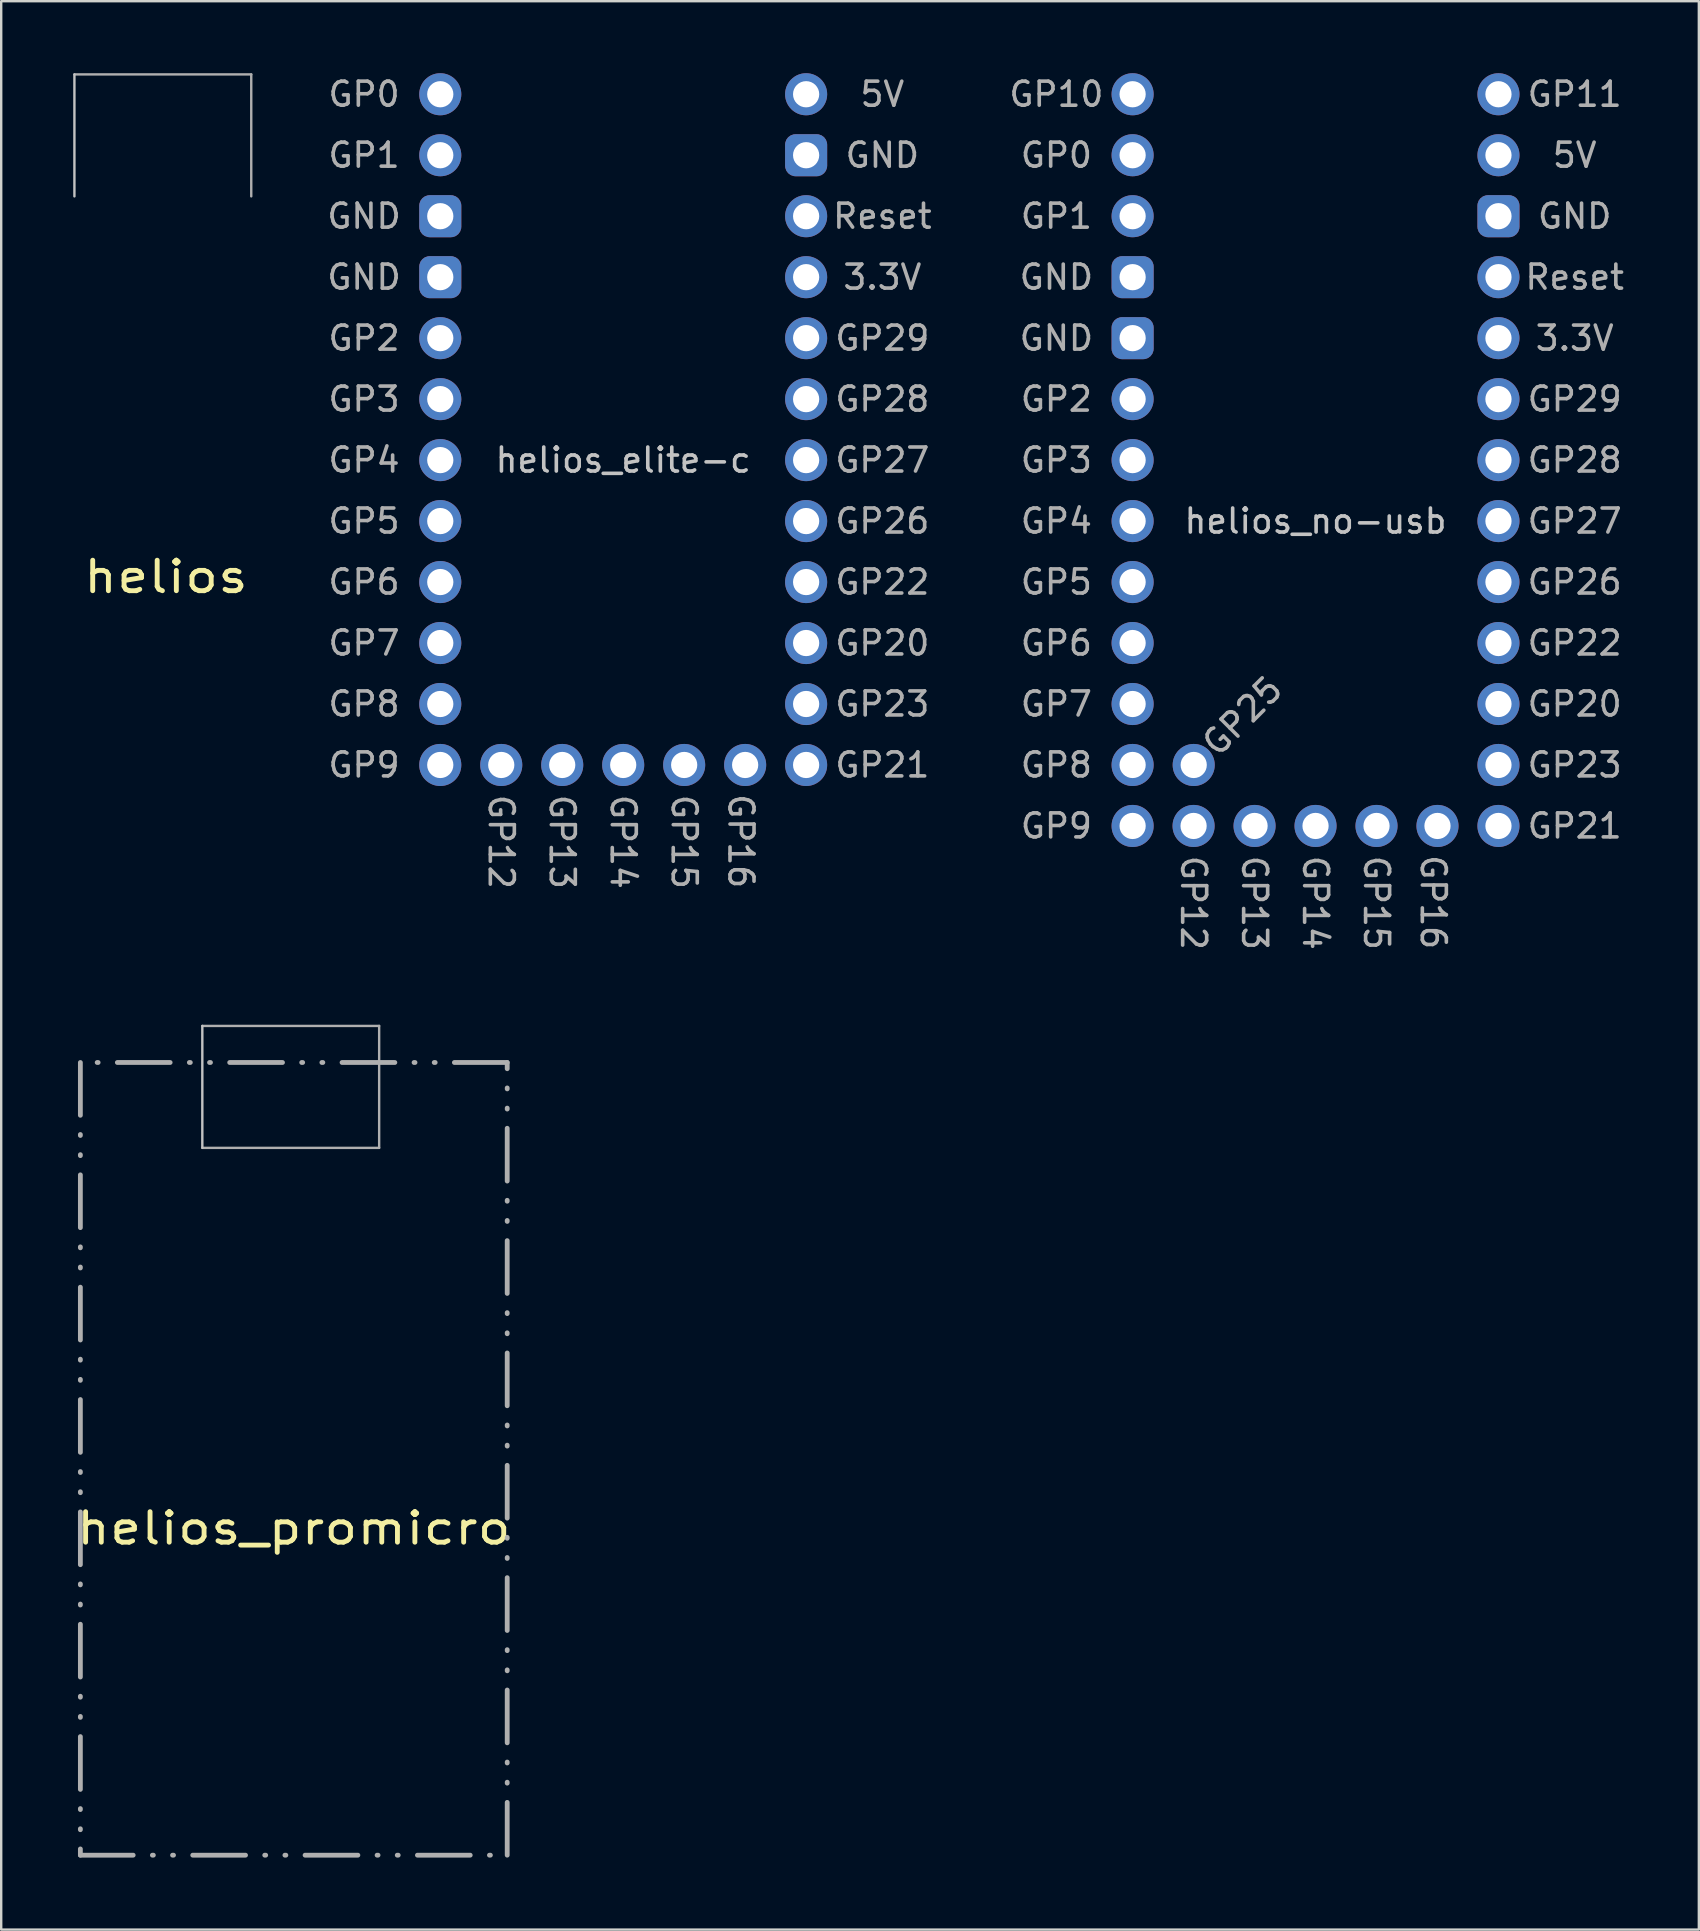
<source format=kicad_pcb>
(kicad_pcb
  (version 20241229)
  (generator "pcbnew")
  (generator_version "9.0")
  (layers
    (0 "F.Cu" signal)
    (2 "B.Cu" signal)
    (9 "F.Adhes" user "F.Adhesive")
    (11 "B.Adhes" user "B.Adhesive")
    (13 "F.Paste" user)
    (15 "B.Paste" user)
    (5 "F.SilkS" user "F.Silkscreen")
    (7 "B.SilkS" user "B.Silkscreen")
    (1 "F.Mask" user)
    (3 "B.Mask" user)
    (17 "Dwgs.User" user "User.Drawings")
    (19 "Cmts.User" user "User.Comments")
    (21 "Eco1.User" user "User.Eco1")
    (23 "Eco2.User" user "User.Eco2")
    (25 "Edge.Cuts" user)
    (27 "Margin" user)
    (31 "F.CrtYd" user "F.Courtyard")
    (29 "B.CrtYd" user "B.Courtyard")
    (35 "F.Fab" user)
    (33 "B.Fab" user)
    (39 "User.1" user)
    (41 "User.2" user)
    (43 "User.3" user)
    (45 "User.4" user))
  (footprint "helios_no-usb"
    (layer "F.Cu")
    (at 51.75 17.386)
    (property "Reference" "helios_no-usb" (at 0 1.27 0) (layer "Dwgs.User") (effects (font (size 1 1) (thickness 0.15))))
    (fp_text user "GP12" (at -5.08 17.171 270) (unlocked yes) (layer "F.Fab") (effects (font (size 1 1) (thickness 0.15))))
    (fp_text user "GP13" (at -2.54 17.171 270) (unlocked yes) (layer "F.Fab") (effects (font (size 1 1) (thickness 0.15))))
    (fp_text user "GP3" (at -10.795 -1.27 0) (unlocked yes) (layer "F.Fab") (effects (font (size 1 1) (thickness 0.15))))
    (fp_text user "GP2" (at -10.795 -3.81 0) (unlocked yes) (layer "F.Fab") (effects (font (size 1 1) (thickness 0.15))))
    (fp_text user "GP22" (at 10.795 6.35 0) (unlocked yes) (layer "F.Fab") (effects (font (size 1 1) (thickness 0.15))))
    (fp_text user "GP8" (at -10.795 11.43 0) (unlocked yes) (layer "F.Fab") (effects (font (size 1 1) (thickness 0.15))))
    (fp_text user "GP26" (at 10.795 3.81 0) (unlocked yes) (layer "F.Fab") (effects (font (size 1 1) (thickness 0.15))))
    (fp_text user "GP21" (at 10.795 13.97 0) (unlocked yes) (layer "F.Fab") (effects (font (size 1 1) (thickness 0.15))))
    (fp_text user "5V" (at 10.795 -13.97 0) (unlocked yes) (layer "F.Fab") (effects (font (size 1 1) (thickness 0.15))))
    (fp_text user "GP14" (at 0 17.171 270) (unlocked yes) (layer "F.Fab") (effects (font (size 1 1) (thickness 0.15))))
    (fp_text user "3.3V" (at 10.795 -6.35 0) (unlocked yes) (layer "F.Fab") (effects (font (size 1 1) (thickness 0.15))))
    (fp_text user "GP10" (at -10.795 -16.51 0) (unlocked yes) (layer "F.Fab") (effects (font (size 1 1) (thickness 0.15))))
    (fp_text user "GP23" (at 10.795 11.43 0) (unlocked yes) (layer "F.Fab") (effects (font (size 1 1) (thickness 0.15))))
    (fp_text user "GP7" (at -10.795 8.89 0) (unlocked yes) (layer "F.Fab") (effects (font (size 1 1) (thickness 0.15))))
    (fp_text user "GP15" (at 2.54 17.171 270) (unlocked yes) (layer "F.Fab") (effects (font (size 1 1) (thickness 0.15))))
    (fp_text user "GP0" (at -10.795 -13.97 0) (unlocked yes) (layer "F.Fab") (effects (font (size 1 1) (thickness 0.15))))
    (fp_text user "GP6" (at -10.795 6.35 0) (unlocked yes) (layer "F.Fab") (effects (font (size 1 1) (thickness 0.15))))
    (fp_text user "Reset" (at 10.795 -8.89 0) (unlocked yes) (layer "F.Fab") (effects (font (size 1 1) (thickness 0.15))))
    (fp_text user "GP29" (at 10.795 -3.81 0) (unlocked yes) (layer "F.Fab") (effects (font (size 1 1) (thickness 0.15))))
    (fp_text user "GP27" (at 10.795 1.27 0) (unlocked yes) (layer "F.Fab") (effects (font (size 1 1) (thickness 0.15))))
    (fp_text user "GP5" (at -10.795 3.81 0) (unlocked yes) (layer "F.Fab") (effects (font (size 1 1) (thickness 0.15))))
    (fp_text user "GP4" (at -10.795 1.27 0) (unlocked yes) (layer "F.Fab") (effects (font (size 1 1) (thickness 0.15))))
    (fp_text user "GP25" (at -3.048 9.398 45) (unlocked yes) (layer "F.Fab") (effects (font (size 1 1) (thickness 0.15))))
    (fp_text user "GND" (at -10.795 -8.89 0) (unlocked yes) (layer "F.Fab") (effects (font (size 1 1) (thickness 0.15))))
    (fp_text user "GND" (at -10.795 -6.35 0) (unlocked yes) (layer "F.Fab") (effects (font (size 1 1) (thickness 0.15))))
    (fp_text user "GP20" (at 10.795 8.89 0) (unlocked yes) (layer "F.Fab") (effects (font (size 1 1) (thickness 0.15))))
    (fp_text user "GP1" (at -10.795 -11.43 0) (unlocked yes) (layer "F.Fab") (effects (font (size 1 1) (thickness 0.15))))
    (fp_text user "GP16" (at 4.904 17.145 270) (unlocked yes) (layer "F.Fab") (effects (font (size 1 1) (thickness 0.15))))
    (fp_text user "GP28" (at 10.795 -1.27 0) (unlocked yes) (layer "F.Fab") (effects (font (size 1 1) (thickness 0.15))))
    (fp_text user "GND" (at 10.795 -11.43 0) (unlocked yes) (layer "F.Fab") (effects (font (size 1 1) (thickness 0.15))))
    (fp_text user "GP11" (at 10.795 -16.51 0) (unlocked yes) (layer "F.Fab") (effects (font (size 1 1) (thickness 0.15))))
    (fp_text user "GP9" (at -10.795 13.97 0) (unlocked yes) (layer "F.Fab") (effects (font (size 1 1) (thickness 0.15))))
    (pad "1" thru_hole circle (at -7.62 -16.51 270) (size 1.753 1.753) (drill 1.092) (layers "*.Cu" "*.Mask"))
    (pad "2" thru_hole circle (at -7.62 -13.97 270) (size 1.753 1.753) (drill 1.092) (layers "*.Cu" "*.Mask"))
    (pad "3" thru_hole circle (at -7.62 -11.43 270) (size 1.753 1.753) (drill 1.092) (layers "*.Cu" "*.Mask"))
    (pad "4" thru_hole roundrect (at -7.62 -8.89 270) (size 1.753 1.753) (drill 1.092) (layers "*.Cu" "*.Mask") (roundrect_rratio 0.25))
    (pad "5" thru_hole roundrect (at -7.62 -6.35 270) (size 1.753 1.753) (drill 1.092) (layers "*.Cu" "*.Mask") (roundrect_rratio 0.25))
    (pad "6" thru_hole circle (at -7.62 -3.81 270) (size 1.753 1.753) (drill 1.092) (layers "*.Cu" "*.Mask"))
    (pad "7" thru_hole circle (at -7.62 -1.27 270) (size 1.753 1.753) (drill 1.092) (layers "*.Cu" "*.Mask"))
    (pad "8" thru_hole circle (at -7.62 1.27 270) (size 1.753 1.753) (drill 1.092) (layers "*.Cu" "*.Mask"))
    (pad "9" thru_hole circle (at -7.62 3.81 270) (size 1.753 1.753) (drill 1.092) (layers "*.Cu" "*.Mask"))
    (pad "10" thru_hole circle (at -7.62 6.35 270) (size 1.753 1.753) (drill 1.092) (layers "*.Cu" "*.Mask"))
    (pad "11" thru_hole circle (at -7.62 8.89 270) (size 1.753 1.753) (drill 1.092) (layers "*.Cu" "*.Mask"))
    (pad "12" thru_hole circle (at -7.62 11.43 270) (size 1.753 1.753) (drill 1.092) (layers "*.Cu" "*.Mask"))
    (pad "13" thru_hole circle (at -7.62 13.97 270) (size 1.753 1.753) (drill 1.092) (layers "*.Cu" "*.Mask"))
    (pad "14" thru_hole circle (at -5.08 13.97 270) (size 1.753 1.753) (drill 1.092) (layers "*.Cu" "*.Mask"))
    (pad "15" thru_hole circle (at -2.54 13.97 270) (size 1.753 1.753) (drill 1.092) (layers "*.Cu" "*.Mask"))
    (pad "16" thru_hole circle (at 0 13.97 270) (size 1.753 1.753) (drill 1.092) (layers "*.Cu" "*.Mask"))
    (pad "17" thru_hole circle (at 2.54 13.97 270) (size 1.753 1.753) (drill 1.092) (layers "*.Cu" "*.Mask"))
    (pad "18" thru_hole circle (at 5.08 13.97 270) (size 1.753 1.753) (drill 1.092) (layers "*.Cu" "*.Mask"))
    (pad "19" thru_hole circle (at 7.62 13.97 270) (size 1.753 1.753) (drill 1.092) (layers "*.Cu" "*.Mask"))
    (pad "20" thru_hole circle (at 7.62 11.43 270) (size 1.753 1.753) (drill 1.092) (layers "*.Cu" "*.Mask"))
    (pad "21" thru_hole circle (at 7.62 8.89 270) (size 1.753 1.753) (drill 1.092) (layers "*.Cu" "*.Mask"))
    (pad "22" thru_hole circle (at 7.62 6.35 270) (size 1.753 1.753) (drill 1.092) (layers "*.Cu" "*.Mask"))
    (pad "23" thru_hole circle (at 7.62 3.81 270) (size 1.753 1.753) (drill 1.092) (layers "*.Cu" "*.Mask"))
    (pad "24" thru_hole circle (at 7.62 1.27 270) (size 1.753 1.753) (drill 1.092) (layers "*.Cu" "*.Mask"))
    (pad "25" thru_hole circle (at 7.62 -1.27 270) (size 1.753 1.753) (drill 1.092) (layers "*.Cu" "*.Mask"))
    (pad "26" thru_hole circle (at 7.62 -3.81 270) (size 1.753 1.753) (drill 1.092) (layers "*.Cu" "*.Mask"))
    (pad "27" thru_hole circle (at 7.62 -6.35 270) (size 1.753 1.753) (drill 1.092) (layers "*.Cu" "*.Mask"))
    (pad "28" thru_hole circle (at 7.62 -8.89 270) (size 1.753 1.753) (drill 1.092) (layers "*.Cu" "*.Mask"))
    (pad "29" thru_hole roundrect (at 7.62 -11.43 270) (size 1.753 1.753) (drill 1.092) (layers "*.Cu" "*.Mask") (roundrect_rratio 0.25))
    (pad "30" thru_hole circle (at 7.62 -13.97 270) (size 1.753 1.753) (drill 1.092) (layers "*.Cu" "*.Mask"))
    (pad "31" thru_hole circle (at 7.62 -16.51 270) (size 1.753 1.753) (drill 1.092) (layers "*.Cu" "*.Mask"))
    (pad "32" thru_hole circle (at -5.075 11.43 270) (size 1.753 1.753) (drill 1.092) (layers "*.Cu" "*.Mask")))
  (footprint "helios_elite-c"
    (layer "F.Cu")
    (at 22.91 14.846)
    (property "Reference" "helios_elite-c" (at 0 1.27 0) (layer "Dwgs.User") (effects (font (size 1 1) (thickness 0.15))))
    (fp_text user "GP15" (at 2.54 17.171 270) (unlocked yes) (layer "F.Fab") (effects (font (size 1 1) (thickness 0.15))))
    (fp_text user "GP6" (at -10.795 6.35 0) (unlocked yes) (layer "F.Fab") (effects (font (size 1 1) (thickness 0.15))))
    (fp_text user "GP5" (at -10.795 3.81 0) (unlocked yes) (layer "F.Fab") (effects (font (size 1 1) (thickness 0.15))))
    (fp_text user "GP13" (at -2.54 17.171 270) (unlocked yes) (layer "F.Fab") (effects (font (size 1 1) (thickness 0.15))))
    (fp_text user "GP20" (at 10.795 8.89 0) (unlocked yes) (layer "F.Fab") (effects (font (size 1 1) (thickness 0.15))))
    (fp_text user "GP1" (at -10.795 -11.43 0) (unlocked yes) (layer "F.Fab") (effects (font (size 1 1) (thickness 0.15))))
    (fp_text user "GP22" (at 10.795 6.35 0) (unlocked yes) (layer "F.Fab") (effects (font (size 1 1) (thickness 0.15))))
    (fp_text user "GP21" (at 10.795 13.97 0) (unlocked yes) (layer "F.Fab") (effects (font (size 1 1) (thickness 0.15))))
    (fp_text user "GP27" (at 10.795 1.27 0) (unlocked yes) (layer "F.Fab") (effects (font (size 1 1) (thickness 0.15))))
    (fp_text user "GND" (at 10.795 -11.43 0) (unlocked yes) (layer "F.Fab") (effects (font (size 1 1) (thickness 0.15))))
    (fp_text user "GP9" (at -10.795 13.97 0) (unlocked yes) (layer "F.Fab") (effects (font (size 1 1) (thickness 0.15))))
    (fp_text user "GP0" (at -10.795 -13.97 0) (unlocked yes) (layer "F.Fab") (effects (font (size 1 1) (thickness 0.15))))
    (fp_text user "GP16" (at 4.904 17.145 270) (unlocked yes) (layer "F.Fab") (effects (font (size 1 1) (thickness 0.15))))
    (fp_text user "3.3V" (at 10.795 -6.35 0) (unlocked yes) (layer "F.Fab") (effects (font (size 1 1) (thickness 0.15))))
    (fp_text user "GP26" (at 10.795 3.81 0) (unlocked yes) (layer "F.Fab") (effects (font (size 1 1) (thickness 0.15))))
    (fp_text user "GP29" (at 10.795 -3.81 0) (unlocked yes) (layer "F.Fab") (effects (font (size 1 1) (thickness 0.15))))
    (fp_text user "GP23" (at 10.795 11.43 0) (unlocked yes) (layer "F.Fab") (effects (font (size 1 1) (thickness 0.15))))
    (fp_text user "GP14" (at 0 17.171 270) (unlocked yes) (layer "F.Fab") (effects (font (size 1 1) (thickness 0.15))))
    (fp_text user "GND" (at -10.795 -8.89 0) (unlocked yes) (layer "F.Fab") (effects (font (size 1 1) (thickness 0.15))))
    (fp_text user "Reset" (at 10.795 -8.89 0) (unlocked yes) (layer "F.Fab") (effects (font (size 1 1) (thickness 0.15))))
    (fp_text user "GP2" (at -10.795 -3.81 0) (unlocked yes) (layer "F.Fab") (effects (font (size 1 1) (thickness 0.15))))
    (fp_text user "GP3" (at -10.795 -1.27 0) (unlocked yes) (layer "F.Fab") (effects (font (size 1 1) (thickness 0.15))))
    (fp_text user "5V" (at 10.795 -13.97 0) (unlocked yes) (layer "F.Fab") (effects (font (size 1 1) (thickness 0.15))))
    (fp_text user "GP4" (at -10.795 1.27 0) (unlocked yes) (layer "F.Fab") (effects (font (size 1 1) (thickness 0.15))))
    (fp_text user "GP8" (at -10.795 11.43 0) (unlocked yes) (layer "F.Fab") (effects (font (size 1 1) (thickness 0.15))))
    (fp_text user "GP12" (at -5.08 17.171 270) (unlocked yes) (layer "F.Fab") (effects (font (size 1 1) (thickness 0.15))))
    (fp_text user "GND" (at -10.795 -6.35 0) (unlocked yes) (layer "F.Fab") (effects (font (size 1 1) (thickness 0.15))))
    (fp_text user "GP7" (at -10.795 8.89 0) (unlocked yes) (layer "F.Fab") (effects (font (size 1 1) (thickness 0.15))))
    (fp_text user "GP28" (at 10.795 -1.27 0) (unlocked yes) (layer "F.Fab") (effects (font (size 1 1) (thickness 0.15))))
    (pad "2" thru_hole circle (at -7.62 -13.97 270) (size 1.753 1.753) (drill 1.092) (layers "*.Cu" "*.Mask"))
    (pad "3" thru_hole circle (at -7.62 -11.43 270) (size 1.753 1.753) (drill 1.092) (layers "*.Cu" "*.Mask"))
    (pad "4" thru_hole roundrect (at -7.62 -8.89 270) (size 1.753 1.753) (drill 1.092) (layers "*.Cu" "*.Mask") (roundrect_rratio 0.25))
    (pad "5" thru_hole roundrect (at -7.62 -6.35 270) (size 1.753 1.753) (drill 1.092) (layers "*.Cu" "*.Mask") (roundrect_rratio 0.25))
    (pad "6" thru_hole circle (at -7.62 -3.81 270) (size 1.753 1.753) (drill 1.092) (layers "*.Cu" "*.Mask"))
    (pad "7" thru_hole circle (at -7.62 -1.27 270) (size 1.753 1.753) (drill 1.092) (layers "*.Cu" "*.Mask"))
    (pad "8" thru_hole circle (at -7.62 1.27 270) (size 1.753 1.753) (drill 1.092) (layers "*.Cu" "*.Mask"))
    (pad "9" thru_hole circle (at -7.62 3.81 270) (size 1.753 1.753) (drill 1.092) (layers "*.Cu" "*.Mask"))
    (pad "10" thru_hole circle (at -7.62 6.35 270) (size 1.753 1.753) (drill 1.092) (layers "*.Cu" "*.Mask"))
    (pad "11" thru_hole circle (at -7.62 8.89 270) (size 1.753 1.753) (drill 1.092) (layers "*.Cu" "*.Mask"))
    (pad "12" thru_hole circle (at -7.62 11.43 270) (size 1.753 1.753) (drill 1.092) (layers "*.Cu" "*.Mask"))
    (pad "13" thru_hole circle (at -7.62 13.97 270) (size 1.753 1.753) (drill 1.092) (layers "*.Cu" "*.Mask"))
    (pad "14" thru_hole circle (at -5.08 13.97 270) (size 1.753 1.753) (drill 1.092) (layers "*.Cu" "*.Mask"))
    (pad "15" thru_hole circle (at -2.54 13.97 270) (size 1.753 1.753) (drill 1.092) (layers "*.Cu" "*.Mask"))
    (pad "16" thru_hole circle (at 0 13.97 270) (size 1.753 1.753) (drill 1.092) (layers "*.Cu" "*.Mask"))
    (pad "17" thru_hole circle (at 2.54 13.97 270) (size 1.753 1.753) (drill 1.092) (layers "*.Cu" "*.Mask"))
    (pad "18" thru_hole circle (at 5.08 13.97 270) (size 1.753 1.753) (drill 1.092) (layers "*.Cu" "*.Mask"))
    (pad "19" thru_hole circle (at 7.62 13.97 270) (size 1.753 1.753) (drill 1.092) (layers "*.Cu" "*.Mask"))
    (pad "20" thru_hole circle (at 7.62 11.43 270) (size 1.753 1.753) (drill 1.092) (layers "*.Cu" "*.Mask"))
    (pad "21" thru_hole circle (at 7.62 8.89 270) (size 1.753 1.753) (drill 1.092) (layers "*.Cu" "*.Mask"))
    (pad "22" thru_hole circle (at 7.62 6.35 270) (size 1.753 1.753) (drill 1.092) (layers "*.Cu" "*.Mask"))
    (pad "23" thru_hole circle (at 7.62 3.81 270) (size 1.753 1.753) (drill 1.092) (layers "*.Cu" "*.Mask"))
    (pad "24" thru_hole circle (at 7.62 1.27 270) (size 1.753 1.753) (drill 1.092) (layers "*.Cu" "*.Mask"))
    (pad "25" thru_hole circle (at 7.62 -1.27 270) (size 1.753 1.753) (drill 1.092) (layers "*.Cu" "*.Mask"))
    (pad "26" thru_hole circle (at 7.62 -3.81 270) (size 1.753 1.753) (drill 1.092) (layers "*.Cu" "*.Mask"))
    (pad "27" thru_hole circle (at 7.62 -6.35 270) (size 1.753 1.753) (drill 1.092) (layers "*.Cu" "*.Mask"))
    (pad "28" thru_hole circle (at 7.62 -8.89 270) (size 1.753 1.753) (drill 1.092) (layers "*.Cu" "*.Mask"))
    (pad "29" thru_hole roundrect (at 7.62 -11.43 270) (size 1.753 1.753) (drill 1.092) (layers "*.Cu" "*.Mask") (roundrect_rratio 0.25))
    (pad "30" thru_hole circle (at 7.62 -13.97 270) (size 1.753 1.753) (drill 1.092) (layers "*.Cu" "*.Mask")))
  (footprint "helios"
    (layer "F.Cu")
    (at 3.86 19.354)
    (property "Reference" "helios" (at 0 1.625 180) (layer "F.SilkS") (effects (font (size 1.27 1.524) (thickness 0.203))))
    (attr through_hole)
    (fp_line (start -3.81 -14.224) (end -3.81 -19.304) (stroke (width 0.1) (type solid)) (layer "Dwgs.User"))
    (fp_line (start -3.81 -19.304) (end 3.556 -19.304) (stroke (width 0.1) (type solid)) (layer "F.Fab"))
    (fp_line (start 3.556 -19.304) (end 3.556 -14.224) (stroke (width 0.1) (type solid)) (layer "F.Fab")))
  (footprint "helios_promicro"
    (layer "F.Cu")
    (at 9.188 58.989)
    (property "Reference" "helios_promicro" (at 0 1.625 180) (layer "F.SilkS") (effects (font (size 1.27 1.524) (thickness 0.203))))
    (attr through_hole)
    (fp_line (start -3.81 -14.224) (end -3.81 -19.304) (stroke (width 0.1) (type solid)) (layer "Dwgs.User"))
    (fp_line (start -8.89 -17.78) (end -8.89 15.24) (stroke (width 0.2) (type dash_dot_dot)) (layer "F.Fab"))
    (fp_line (start -8.89 15.24) (end 8.89 15.24) (stroke (width 0.2) (type dash_dot_dot)) (layer "F.Fab"))
    (fp_line (start -3.81 -19.304) (end 3.556 -19.304) (stroke (width 0.1) (type solid)) (layer "F.Fab"))
    (fp_line (start 3.556 -19.304) (end 3.556 -14.224) (stroke (width 0.1) (type solid)) (layer "F.Fab"))
    (fp_line (start 3.556 -14.224) (end -3.81 -14.224) (stroke (width 0.1) (type solid)) (layer "F.Fab"))
    (fp_line (start 8.89 -17.78) (end -8.89 -17.78) (stroke (width 0.2) (type dash_dot_dot)) (layer "F.Fab"))
    (fp_line (start 8.89 15.24) (end 8.89 -17.78) (stroke (width 0.2) (type dash_dot_dot)) (layer "F.Fab")))
  (gr_rect
    (start -3 -3)
    (end 67.717 77.329)
    (stroke (width 0.1) (type default))
    (fill no)
    (layer "Edge.Cuts")))
</source>
